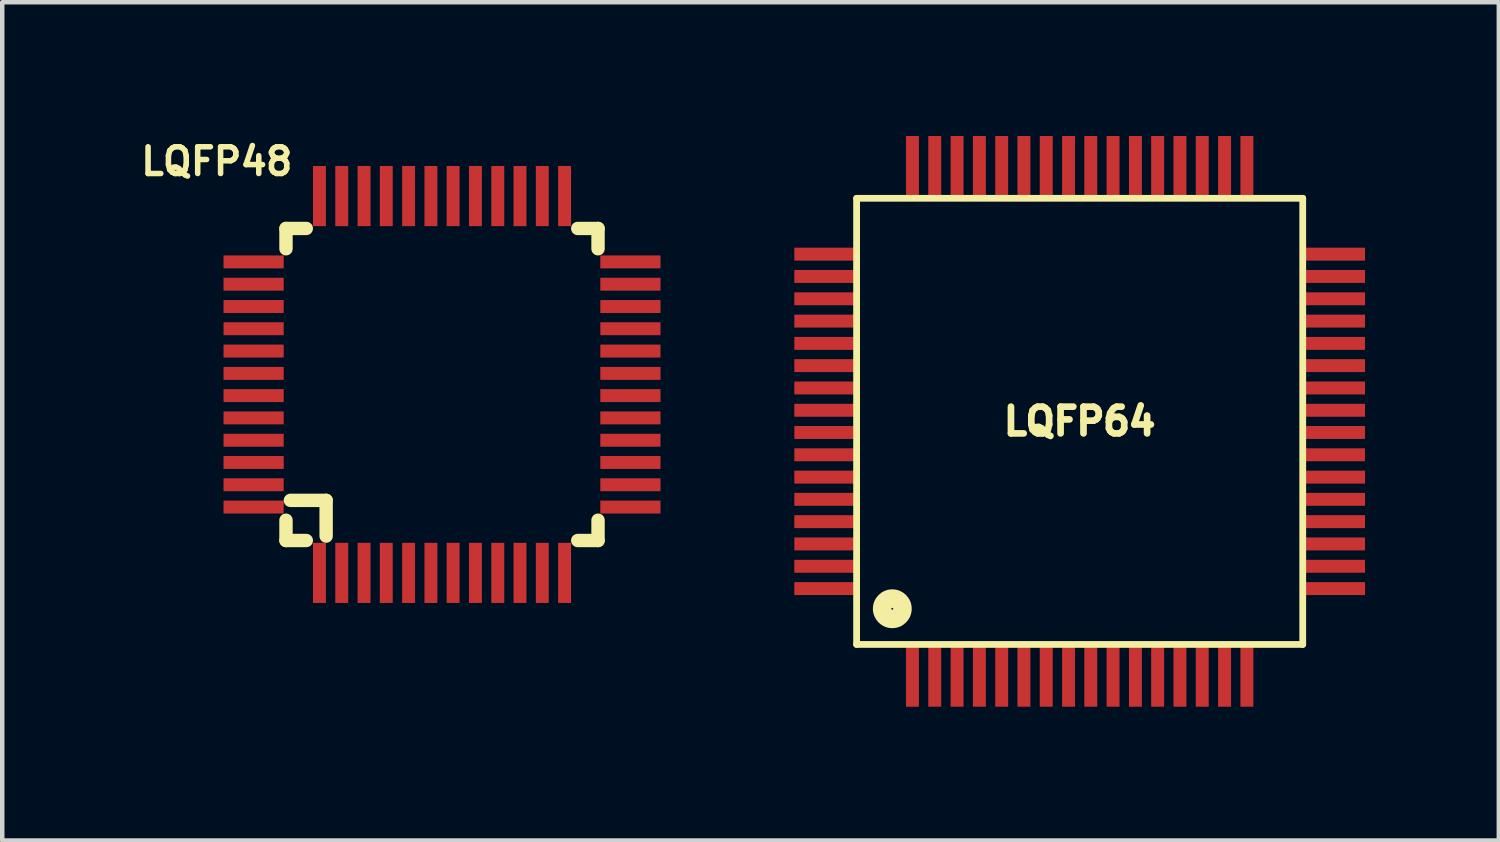
<source format=kicad_pcb>
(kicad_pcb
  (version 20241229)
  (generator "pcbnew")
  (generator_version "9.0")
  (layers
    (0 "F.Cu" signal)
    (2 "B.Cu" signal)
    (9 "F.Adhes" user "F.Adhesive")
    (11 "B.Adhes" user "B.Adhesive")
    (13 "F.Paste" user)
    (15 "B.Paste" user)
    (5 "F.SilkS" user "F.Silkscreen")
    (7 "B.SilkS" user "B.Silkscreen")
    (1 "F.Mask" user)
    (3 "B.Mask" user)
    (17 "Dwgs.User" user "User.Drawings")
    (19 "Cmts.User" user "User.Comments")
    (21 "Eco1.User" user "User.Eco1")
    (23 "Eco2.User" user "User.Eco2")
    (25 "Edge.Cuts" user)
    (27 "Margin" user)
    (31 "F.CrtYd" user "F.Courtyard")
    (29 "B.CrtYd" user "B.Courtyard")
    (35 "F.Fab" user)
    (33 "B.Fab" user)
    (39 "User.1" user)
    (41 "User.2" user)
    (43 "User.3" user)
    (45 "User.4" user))
  (footprint "LQFP48"
    (layer "F.Cu")
    (at 6.86 5.57)
    (property "Reference" "LQFP48" (at -5.05 -5.001 0) (layer "F.SilkS") (effects (font (size 0.599 0.599) (thickness 0.124))))
    (attr through_hole)
    (fp_line (start -3.498 -3.498) (end -3.498 -3.043) (stroke (width 0.3) (type solid)) (layer "F.SilkS"))
    (fp_line (start -3.498 -3.498) (end -3.043 -3.498) (stroke (width 0.3) (type solid)) (layer "F.SilkS"))
    (fp_line (start -3.498 3.043) (end -3.498 3.498) (stroke (width 0.3) (type solid)) (layer "F.SilkS"))
    (fp_line (start -3.498 3.498) (end -3.043 3.498) (stroke (width 0.3) (type solid)) (layer "F.SilkS"))
    (fp_line (start -3.399 2.598) (end -2.598 2.598) (stroke (width 0.3) (type solid)) (layer "F.SilkS"))
    (fp_line (start -2.598 2.598) (end -2.598 3.399) (stroke (width 0.3) (type solid)) (layer "F.SilkS"))
    (fp_line (start 3.043 -3.498) (end 3.498 -3.498) (stroke (width 0.3) (type solid)) (layer "F.SilkS"))
    (fp_line (start 3.043 3.498) (end 3.498 3.498) (stroke (width 0.3) (type solid)) (layer "F.SilkS"))
    (fp_line (start 3.498 -3.498) (end 3.498 -3.043) (stroke (width 0.3) (type solid)) (layer "F.SilkS"))
    (fp_line (start 3.498 3.043) (end 3.498 3.498) (stroke (width 0.3) (type solid)) (layer "F.SilkS"))
    (pad "1" smd rect (at -2.748 4.224 180) (size 0.29 1.349) (layers "F.Cu" "F.Mask" "F.Paste"))
    (pad "2" smd rect (at -2.248 4.224 180) (size 0.29 1.349) (layers "F.Cu" "F.Mask" "F.Paste"))
    (pad "3" smd rect (at -1.748 4.224 180) (size 0.29 1.349) (layers "F.Cu" "F.Mask" "F.Paste"))
    (pad "4" smd rect (at -1.25 4.224 180) (size 0.29 1.349) (layers "F.Cu" "F.Mask" "F.Paste"))
    (pad "5" smd rect (at -0.749 4.224 180) (size 0.29 1.349) (layers "F.Cu" "F.Mask" "F.Paste"))
    (pad "6" smd rect (at -0.249 4.224 180) (size 0.29 1.349) (layers "F.Cu" "F.Mask" "F.Paste"))
    (pad "7" smd rect (at 0.249 4.224 180) (size 0.29 1.349) (layers "F.Cu" "F.Mask" "F.Paste"))
    (pad "8" smd rect (at 0.749 4.224 180) (size 0.29 1.349) (layers "F.Cu" "F.Mask" "F.Paste"))
    (pad "9" smd rect (at 1.25 4.224 180) (size 0.29 1.349) (layers "F.Cu" "F.Mask" "F.Paste"))
    (pad "10" smd rect (at 1.748 4.224 180) (size 0.29 1.349) (layers "F.Cu" "F.Mask" "F.Paste"))
    (pad "11" smd rect (at 2.248 4.224 180) (size 0.29 1.349) (layers "F.Cu" "F.Mask" "F.Paste"))
    (pad "12" smd rect (at 2.748 4.224 180) (size 0.29 1.349) (layers "F.Cu" "F.Mask" "F.Paste"))
    (pad "13" smd rect (at 4.224 2.748 270) (size 0.29 1.349) (layers "F.Cu" "F.Mask" "F.Paste"))
    (pad "14" smd rect (at 4.224 2.248 270) (size 0.29 1.349) (layers "F.Cu" "F.Mask" "F.Paste"))
    (pad "15" smd rect (at 4.224 1.748 270) (size 0.29 1.349) (layers "F.Cu" "F.Mask" "F.Paste"))
    (pad "16" smd rect (at 4.224 1.25 270) (size 0.29 1.349) (layers "F.Cu" "F.Mask" "F.Paste"))
    (pad "17" smd rect (at 4.224 0.749 270) (size 0.29 1.349) (layers "F.Cu" "F.Mask" "F.Paste"))
    (pad "18" smd rect (at 4.224 0.249 270) (size 0.29 1.349) (layers "F.Cu" "F.Mask" "F.Paste"))
    (pad "19" smd rect (at 4.224 -0.249 270) (size 0.29 1.349) (layers "F.Cu" "F.Mask" "F.Paste"))
    (pad "20" smd rect (at 4.224 -0.749 270) (size 0.29 1.349) (layers "F.Cu" "F.Mask" "F.Paste"))
    (pad "21" smd rect (at 4.224 -1.25 270) (size 0.29 1.349) (layers "F.Cu" "F.Mask" "F.Paste"))
    (pad "22" smd rect (at 4.224 -1.748 270) (size 0.29 1.349) (layers "F.Cu" "F.Mask" "F.Paste"))
    (pad "23" smd rect (at 4.224 -2.248 270) (size 0.29 1.349) (layers "F.Cu" "F.Mask" "F.Paste"))
    (pad "24" smd rect (at 4.224 -2.748 270) (size 0.29 1.349) (layers "F.Cu" "F.Mask" "F.Paste"))
    (pad "25" smd rect (at 2.748 -4.224) (size 0.29 1.349) (layers "F.Cu" "F.Mask" "F.Paste"))
    (pad "26" smd rect (at 2.248 -4.224) (size 0.29 1.349) (layers "F.Cu" "F.Mask" "F.Paste"))
    (pad "27" smd rect (at 1.748 -4.224) (size 0.29 1.349) (layers "F.Cu" "F.Mask" "F.Paste"))
    (pad "28" smd rect (at 1.25 -4.224) (size 0.29 1.349) (layers "F.Cu" "F.Mask" "F.Paste"))
    (pad "29" smd rect (at 0.749 -4.224) (size 0.29 1.349) (layers "F.Cu" "F.Mask" "F.Paste"))
    (pad "30" smd rect (at 0.249 -4.224) (size 0.29 1.349) (layers "F.Cu" "F.Mask" "F.Paste"))
    (pad "31" smd rect (at -0.249 -4.224) (size 0.29 1.349) (layers "F.Cu" "F.Mask" "F.Paste"))
    (pad "32" smd rect (at -0.749 -4.224) (size 0.29 1.349) (layers "F.Cu" "F.Mask" "F.Paste"))
    (pad "33" smd rect (at -1.25 -4.224) (size 0.29 1.349) (layers "F.Cu" "F.Mask" "F.Paste"))
    (pad "34" smd rect (at -1.748 -4.224) (size 0.29 1.349) (layers "F.Cu" "F.Mask" "F.Paste"))
    (pad "35" smd rect (at -2.248 -4.224) (size 0.29 1.349) (layers "F.Cu" "F.Mask" "F.Paste"))
    (pad "36" smd rect (at -2.748 -4.224) (size 0.29 1.349) (layers "F.Cu" "F.Mask" "F.Paste"))
    (pad "37" smd rect (at -4.224 -2.748 90) (size 0.29 1.349) (layers "F.Cu" "F.Mask" "F.Paste"))
    (pad "38" smd rect (at -4.224 -2.248 90) (size 0.29 1.349) (layers "F.Cu" "F.Mask" "F.Paste"))
    (pad "39" smd rect (at -4.224 -1.748 90) (size 0.29 1.349) (layers "F.Cu" "F.Mask" "F.Paste"))
    (pad "40" smd rect (at -4.224 -1.25 90) (size 0.29 1.349) (layers "F.Cu" "F.Mask" "F.Paste"))
    (pad "41" smd rect (at -4.224 -0.749 90) (size 0.29 1.349) (layers "F.Cu" "F.Mask" "F.Paste"))
    (pad "42" smd rect (at -4.224 -0.249 90) (size 0.29 1.349) (layers "F.Cu" "F.Mask" "F.Paste"))
    (pad "43" smd rect (at -4.224 0.249 90) (size 0.29 1.349) (layers "F.Cu" "F.Mask" "F.Paste"))
    (pad "44" smd rect (at -4.224 0.749 90) (size 0.29 1.349) (layers "F.Cu" "F.Mask" "F.Paste"))
    (pad "45" smd rect (at -4.224 1.25 90) (size 0.29 1.349) (layers "F.Cu" "F.Mask" "F.Paste"))
    (pad "46" smd rect (at -4.224 1.748 90) (size 0.29 1.349) (layers "F.Cu" "F.Mask" "F.Paste"))
    (pad "47" smd rect (at -4.224 2.248 90) (size 0.29 1.349) (layers "F.Cu" "F.Mask" "F.Paste"))
    (pad "48" smd rect (at -4.224 2.748 90) (size 0.29 1.349) (layers "F.Cu" "F.Mask" "F.Paste")))
  (footprint "LQFP64"
    (layer "F.Cu")
    (at 21.156 6.397)
    (property "Reference" "LQFP64" (at 0 0 0) (layer "F.SilkS") (effects (font (size 0.599 0.599) (thickness 0.15))))
    (attr through_hole)
    (fp_line (start -5.001 -5.001) (end -5.001 5.001) (stroke (width 0.152) (type solid)) (layer "F.SilkS"))
    (fp_line (start -5.001 5.001) (end 5.001 5.001) (stroke (width 0.152) (type solid)) (layer "F.SilkS"))
    (fp_line (start -4.999 -4.999) (end -4.999 4.999) (stroke (width 0.003) (type solid)) (layer "F.SilkS"))
    (fp_line (start -4.999 -4.999) (end 4.999 -4.999) (stroke (width 0.003) (type solid)) (layer "F.SilkS"))
    (fp_line (start -4.999 4.999) (end -4.999 4.999) (stroke (width 0.003) (type solid)) (layer "F.SilkS"))
    (fp_line (start -4.999 4.999) (end -4.999 4.999) (stroke (width 0.003) (type solid)) (layer "F.SilkS"))
    (fp_line (start -4.999 4.999) (end 4.999 4.999) (stroke (width 0.003) (type solid)) (layer "F.SilkS"))
    (fp_line (start 4.999 -4.999) (end 4.999 4.999) (stroke (width 0.003) (type solid)) (layer "F.SilkS"))
    (fp_line (start 5.001 -5.001) (end -5.001 -5.001) (stroke (width 0.152) (type solid)) (layer "F.SilkS"))
    (fp_line (start 5.001 5.001) (end 5.001 -5.001) (stroke (width 0.152) (type solid)) (layer "F.SilkS"))
    (fp_circle (center -4.201 4.201) (end -4.399 4.501) (stroke (width 0.152) (type solid)) (fill no) (layer "F.SilkS"))
    (fp_circle (center -4.201 4.201) (end -4.201 4.399) (stroke (width 0.152) (type solid)) (fill no) (layer "F.SilkS"))
    (fp_circle (center -4.201 4.201) (end -4.1 4.201) (stroke (width 0.152) (type solid)) (fill no) (layer "F.SilkS"))
    (fp_circle (center -4.201 4.201) (end -4.1 4.201) (stroke (width 0.152) (type solid)) (fill no) (layer "F.SilkS"))
    (fp_circle (center -4.201 4.201) (end -4 4.399) (stroke (width 0.152) (type solid)) (fill no) (layer "F.SilkS"))
    (pad "1" smd rect (at -3.749 5.723 180) (size 0.29 1.349) (layers "F.Cu" "F.Mask" "F.Paste"))
    (pad "2" smd rect (at -3.249 5.723 180) (size 0.29 1.349) (layers "F.Cu" "F.Mask" "F.Paste"))
    (pad "3" smd rect (at -2.748 5.723 180) (size 0.29 1.349) (layers "F.Cu" "F.Mask" "F.Paste"))
    (pad "4" smd rect (at -2.248 5.723 180) (size 0.29 1.349) (layers "F.Cu" "F.Mask" "F.Paste"))
    (pad "5" smd rect (at -1.748 5.723 180) (size 0.29 1.349) (layers "F.Cu" "F.Mask" "F.Paste"))
    (pad "6" smd rect (at -1.25 5.723 180) (size 0.29 1.349) (layers "F.Cu" "F.Mask" "F.Paste"))
    (pad "7" smd rect (at -0.749 5.723 180) (size 0.29 1.349) (layers "F.Cu" "F.Mask" "F.Paste"))
    (pad "8" smd rect (at -0.249 5.723 180) (size 0.29 1.349) (layers "F.Cu" "F.Mask" "F.Paste"))
    (pad "9" smd rect (at 0.249 5.723 180) (size 0.29 1.349) (layers "F.Cu" "F.Mask" "F.Paste"))
    (pad "10" smd rect (at 0.749 5.723 180) (size 0.29 1.349) (layers "F.Cu" "F.Mask" "F.Paste"))
    (pad "11" smd rect (at 1.25 5.723 180) (size 0.29 1.349) (layers "F.Cu" "F.Mask" "F.Paste"))
    (pad "12" smd rect (at 1.748 5.723 180) (size 0.29 1.349) (layers "F.Cu" "F.Mask" "F.Paste"))
    (pad "13" smd rect (at 2.248 5.723 180) (size 0.29 1.349) (layers "F.Cu" "F.Mask" "F.Paste"))
    (pad "14" smd rect (at 2.748 5.723 180) (size 0.29 1.349) (layers "F.Cu" "F.Mask" "F.Paste"))
    (pad "15" smd rect (at 3.249 5.723 180) (size 0.29 1.349) (layers "F.Cu" "F.Mask" "F.Paste"))
    (pad "16" smd rect (at 3.749 5.723 180) (size 0.29 1.349) (layers "F.Cu" "F.Mask" "F.Paste"))
    (pad "17" smd rect (at 5.723 3.749 270) (size 0.29 1.349) (layers "F.Cu" "F.Mask" "F.Paste"))
    (pad "18" smd rect (at 5.723 3.249 270) (size 0.29 1.349) (layers "F.Cu" "F.Mask" "F.Paste"))
    (pad "19" smd rect (at 5.723 2.748 270) (size 0.29 1.349) (layers "F.Cu" "F.Mask" "F.Paste"))
    (pad "20" smd rect (at 5.723 2.248 270) (size 0.29 1.349) (layers "F.Cu" "F.Mask" "F.Paste"))
    (pad "21" smd rect (at 5.723 1.748 270) (size 0.29 1.349) (layers "F.Cu" "F.Mask" "F.Paste"))
    (pad "22" smd rect (at 5.723 1.25 270) (size 0.29 1.349) (layers "F.Cu" "F.Mask" "F.Paste"))
    (pad "23" smd rect (at 5.723 0.749 270) (size 0.29 1.349) (layers "F.Cu" "F.Mask" "F.Paste"))
    (pad "24" smd rect (at 5.723 0.249 270) (size 0.29 1.349) (layers "F.Cu" "F.Mask" "F.Paste"))
    (pad "25" smd rect (at 5.723 -0.249 270) (size 0.29 1.349) (layers "F.Cu" "F.Mask" "F.Paste"))
    (pad "26" smd rect (at 5.723 -0.749 270) (size 0.29 1.349) (layers "F.Cu" "F.Mask" "F.Paste"))
    (pad "27" smd rect (at 5.723 -1.25 270) (size 0.29 1.349) (layers "F.Cu" "F.Mask" "F.Paste"))
    (pad "28" smd rect (at 5.723 -1.748 270) (size 0.29 1.349) (layers "F.Cu" "F.Mask" "F.Paste"))
    (pad "29" smd rect (at 5.723 -2.248 270) (size 0.29 1.349) (layers "F.Cu" "F.Mask" "F.Paste"))
    (pad "30" smd rect (at 5.723 -2.748 270) (size 0.29 1.349) (layers "F.Cu" "F.Mask" "F.Paste"))
    (pad "31" smd rect (at 5.723 -3.249 270) (size 0.29 1.349) (layers "F.Cu" "F.Mask" "F.Paste"))
    (pad "32" smd rect (at 5.723 -3.749 270) (size 0.29 1.349) (layers "F.Cu" "F.Mask" "F.Paste"))
    (pad "33" smd rect (at 3.749 -5.723) (size 0.29 1.349) (layers "F.Cu" "F.Mask" "F.Paste"))
    (pad "34" smd rect (at 3.249 -5.723) (size 0.29 1.349) (layers "F.Cu" "F.Mask" "F.Paste"))
    (pad "35" smd rect (at 2.748 -5.723) (size 0.29 1.349) (layers "F.Cu" "F.Mask" "F.Paste"))
    (pad "36" smd rect (at 2.248 -5.723) (size 0.29 1.349) (layers "F.Cu" "F.Mask" "F.Paste"))
    (pad "37" smd rect (at 1.748 -5.723) (size 0.29 1.349) (layers "F.Cu" "F.Mask" "F.Paste"))
    (pad "38" smd rect (at 1.25 -5.723) (size 0.29 1.349) (layers "F.Cu" "F.Mask" "F.Paste"))
    (pad "39" smd rect (at 0.749 -5.723) (size 0.29 1.349) (layers "F.Cu" "F.Mask" "F.Paste"))
    (pad "40" smd rect (at 0.249 -5.723) (size 0.29 1.349) (layers "F.Cu" "F.Mask" "F.Paste"))
    (pad "41" smd rect (at -0.249 -5.723) (size 0.29 1.349) (layers "F.Cu" "F.Mask" "F.Paste"))
    (pad "42" smd rect (at -0.749 -5.723) (size 0.29 1.349) (layers "F.Cu" "F.Mask" "F.Paste"))
    (pad "43" smd rect (at -1.25 -5.723) (size 0.29 1.349) (layers "F.Cu" "F.Mask" "F.Paste"))
    (pad "44" smd rect (at -1.748 -5.723) (size 0.29 1.349) (layers "F.Cu" "F.Mask" "F.Paste"))
    (pad "45" smd rect (at -2.248 -5.723) (size 0.29 1.349) (layers "F.Cu" "F.Mask" "F.Paste"))
    (pad "46" smd rect (at -2.748 -5.723) (size 0.29 1.349) (layers "F.Cu" "F.Mask" "F.Paste"))
    (pad "47" smd rect (at -3.249 -5.723) (size 0.29 1.349) (layers "F.Cu" "F.Mask" "F.Paste"))
    (pad "48" smd rect (at -3.749 -5.723) (size 0.29 1.349) (layers "F.Cu" "F.Mask" "F.Paste"))
    (pad "49" smd rect (at -5.723 -3.749 90) (size 0.29 1.349) (layers "F.Cu" "F.Mask" "F.Paste"))
    (pad "50" smd rect (at -5.723 -3.249 90) (size 0.29 1.349) (layers "F.Cu" "F.Mask" "F.Paste"))
    (pad "51" smd rect (at -5.723 -2.748 90) (size 0.29 1.349) (layers "F.Cu" "F.Mask" "F.Paste"))
    (pad "52" smd rect (at -5.723 -2.248 90) (size 0.29 1.349) (layers "F.Cu" "F.Mask" "F.Paste"))
    (pad "53" smd rect (at -5.723 -1.748 90) (size 0.29 1.349) (layers "F.Cu" "F.Mask" "F.Paste"))
    (pad "54" smd rect (at -5.723 -1.25 90) (size 0.29 1.349) (layers "F.Cu" "F.Mask" "F.Paste"))
    (pad "55" smd rect (at -5.723 -0.749 90) (size 0.29 1.349) (layers "F.Cu" "F.Mask" "F.Paste"))
    (pad "56" smd rect (at -5.723 -0.249 90) (size 0.29 1.349) (layers "F.Cu" "F.Mask" "F.Paste"))
    (pad "57" smd rect (at -5.723 0.249 90) (size 0.29 1.349) (layers "F.Cu" "F.Mask" "F.Paste"))
    (pad "58" smd rect (at -5.723 0.749 90) (size 0.29 1.349) (layers "F.Cu" "F.Mask" "F.Paste"))
    (pad "59" smd rect (at -5.723 1.25 90) (size 0.29 1.349) (layers "F.Cu" "F.Mask" "F.Paste"))
    (pad "60" smd rect (at -5.723 1.748 90) (size 0.29 1.349) (layers "F.Cu" "F.Mask" "F.Paste"))
    (pad "61" smd rect (at -5.723 2.248 90) (size 0.29 1.349) (layers "F.Cu" "F.Mask" "F.Paste"))
    (pad "62" smd rect (at -5.723 2.748 90) (size 0.29 1.349) (layers "F.Cu" "F.Mask" "F.Paste"))
    (pad "63" smd rect (at -5.723 3.249 90) (size 0.29 1.349) (layers "F.Cu" "F.Mask" "F.Paste"))
    (pad "64" smd rect (at -5.723 3.749 90) (size 0.29 1.349) (layers "F.Cu" "F.Mask" "F.Paste")))
  (gr_rect
    (start -3 -3)
    (end 30.553 15.794)
    (stroke (width 0.1) (type default))
    (fill no)
    (layer "Edge.Cuts")))
</source>
